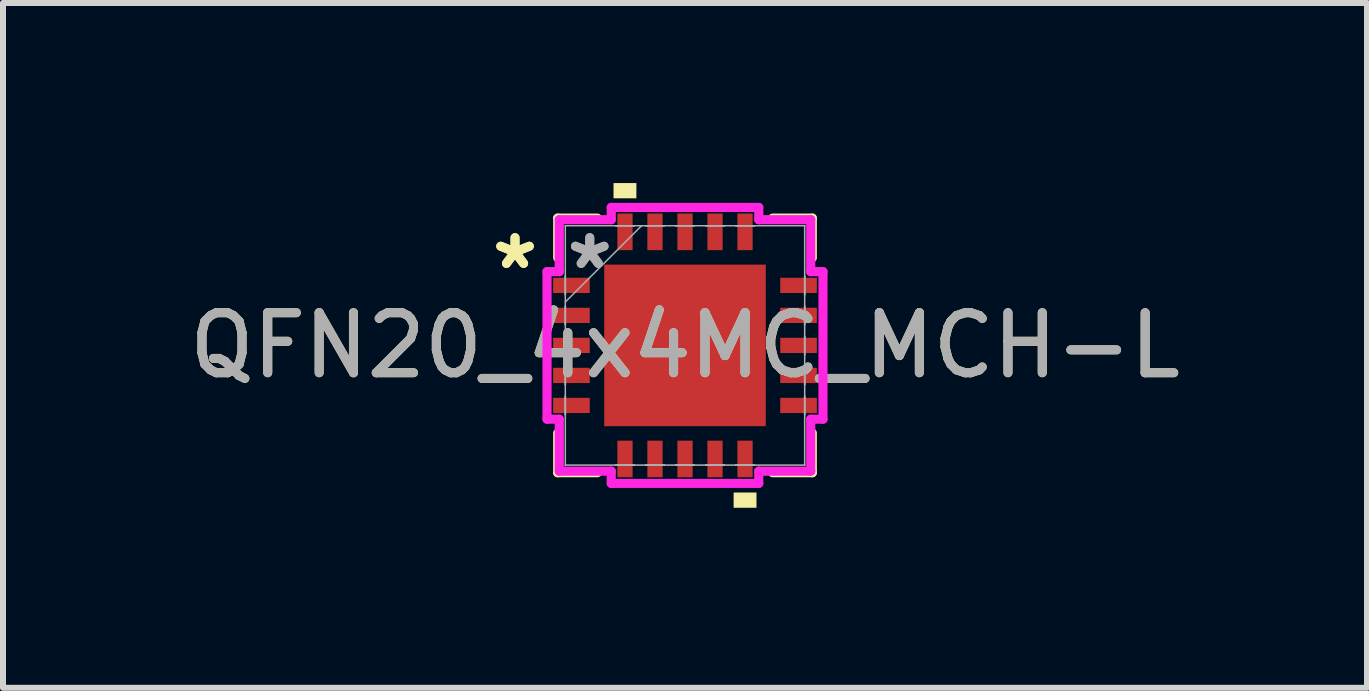
<source format=kicad_pcb>
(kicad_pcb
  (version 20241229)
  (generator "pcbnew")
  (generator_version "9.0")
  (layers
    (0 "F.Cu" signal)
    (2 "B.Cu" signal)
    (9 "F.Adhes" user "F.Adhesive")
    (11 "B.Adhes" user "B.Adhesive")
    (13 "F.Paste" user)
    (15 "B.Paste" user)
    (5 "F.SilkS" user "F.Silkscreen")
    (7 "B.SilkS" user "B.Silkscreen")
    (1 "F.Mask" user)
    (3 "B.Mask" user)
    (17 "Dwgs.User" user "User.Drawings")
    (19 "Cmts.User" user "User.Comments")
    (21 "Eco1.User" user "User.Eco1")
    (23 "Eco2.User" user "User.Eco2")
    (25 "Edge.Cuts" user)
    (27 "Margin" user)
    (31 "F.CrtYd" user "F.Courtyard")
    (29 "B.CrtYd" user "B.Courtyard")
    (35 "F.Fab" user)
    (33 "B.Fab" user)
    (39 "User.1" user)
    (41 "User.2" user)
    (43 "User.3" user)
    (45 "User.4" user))
  (footprint "QFN20_4x4MC_MCH-L"
    (layer "F.Cu")
    (at 8.363 2.705)
    (property "Reference" "QFN20_4x4MC_MCH-L" (at 0 0 0) (unlocked yes) (layer "F.SilkS") (effects (font (size 1 1) (thickness 0.15))))
    (attr smd)
    (fp_line (start -2.121 -2.121) (end -2.121 -1.46) (stroke (width 0.152) (type solid)) (layer "F.SilkS"))
    (fp_line (start -2.121 1.46) (end -2.121 2.121) (stroke (width 0.152) (type solid)) (layer "F.SilkS"))
    (fp_line (start -2.121 2.121) (end -1.46 2.121) (stroke (width 0.152) (type solid)) (layer "F.SilkS"))
    (fp_line (start -1.46 -2.121) (end -2.121 -2.121) (stroke (width 0.152) (type solid)) (layer "F.SilkS"))
    (fp_line (start 1.46 2.121) (end 2.121 2.121) (stroke (width 0.152) (type solid)) (layer "F.SilkS"))
    (fp_line (start 2.121 -2.121) (end 1.46 -2.121) (stroke (width 0.152) (type solid)) (layer "F.SilkS"))
    (fp_line (start 2.121 -1.46) (end 2.121 -2.121) (stroke (width 0.152) (type solid)) (layer "F.SilkS"))
    (fp_line (start 2.121 2.121) (end 2.121 1.46) (stroke (width 0.152) (type solid)) (layer "F.SilkS"))
    (fp_poly (pts (xy -1.191 -2.451) (xy -1.191 -2.705) (xy -0.81 -2.705) (xy -0.81 -2.451)) (stroke (width 0) (type solid)) (fill yes) (layer "F.SilkS"))
    (fp_poly (pts (xy 0.81 2.451) (xy 0.81 2.705) (xy 1.191 2.705) (xy 1.191 2.451)) (stroke (width 0) (type solid)) (fill yes) (layer "F.SilkS"))
    (fp_poly (pts (xy -1.246 -1.246) (xy -1.246 -0.1) (xy -0.1 -0.1) (xy -0.1 -1.246)) (stroke (width 0) (type solid)) (fill yes) (layer "F.Paste"))
    (fp_poly (pts (xy -1.246 0.1) (xy -1.246 1.246) (xy -0.1 1.246) (xy -0.1 0.1)) (stroke (width 0) (type solid)) (fill yes) (layer "F.Paste"))
    (fp_poly (pts (xy 0.1 -1.246) (xy 0.1 -0.1) (xy 1.246 -0.1) (xy 1.246 -1.246)) (stroke (width 0) (type solid)) (fill yes) (layer "F.Paste"))
    (fp_poly (pts (xy 0.1 0.1) (xy 0.1 1.246) (xy 1.246 1.246) (xy 1.246 0.1)) (stroke (width 0) (type solid)) (fill yes) (layer "F.Paste"))
    (fp_line (start -2.299 -1.229) (end -2.095 -1.229) (stroke (width 0.152) (type solid)) (layer "F.CrtYd"))
    (fp_line (start -2.299 1.229) (end -2.299 -1.229) (stroke (width 0.152) (type solid)) (layer "F.CrtYd"))
    (fp_line (start -2.095 -2.095) (end -1.229 -2.095) (stroke (width 0.152) (type solid)) (layer "F.CrtYd"))
    (fp_line (start -2.095 -1.229) (end -2.095 -2.095) (stroke (width 0.152) (type solid)) (layer "F.CrtYd"))
    (fp_line (start -2.095 1.229) (end -2.299 1.229) (stroke (width 0.152) (type solid)) (layer "F.CrtYd"))
    (fp_line (start -2.095 2.095) (end -2.095 1.229) (stroke (width 0.152) (type solid)) (layer "F.CrtYd"))
    (fp_line (start -1.229 -2.299) (end 1.229 -2.299) (stroke (width 0.152) (type solid)) (layer "F.CrtYd"))
    (fp_line (start -1.229 -2.095) (end -1.229 -2.299) (stroke (width 0.152) (type solid)) (layer "F.CrtYd"))
    (fp_line (start -1.229 2.095) (end -2.095 2.095) (stroke (width 0.152) (type solid)) (layer "F.CrtYd"))
    (fp_line (start -1.229 2.299) (end -1.229 2.095) (stroke (width 0.152) (type solid)) (layer "F.CrtYd"))
    (fp_line (start 1.229 -2.299) (end 1.229 -2.095) (stroke (width 0.152) (type solid)) (layer "F.CrtYd"))
    (fp_line (start 1.229 -2.095) (end 2.095 -2.095) (stroke (width 0.152) (type solid)) (layer "F.CrtYd"))
    (fp_line (start 1.229 2.095) (end 1.229 2.299) (stroke (width 0.152) (type solid)) (layer "F.CrtYd"))
    (fp_line (start 1.229 2.299) (end -1.229 2.299) (stroke (width 0.152) (type solid)) (layer "F.CrtYd"))
    (fp_line (start 2.095 -2.095) (end 2.095 -1.229) (stroke (width 0.152) (type solid)) (layer "F.CrtYd"))
    (fp_line (start 2.095 -1.229) (end 2.299 -1.229) (stroke (width 0.152) (type solid)) (layer "F.CrtYd"))
    (fp_line (start 2.095 1.229) (end 2.095 2.095) (stroke (width 0.152) (type solid)) (layer "F.CrtYd"))
    (fp_line (start 2.095 2.095) (end 1.229 2.095) (stroke (width 0.152) (type solid)) (layer "F.CrtYd"))
    (fp_line (start 2.299 -1.229) (end 2.299 1.229) (stroke (width 0.152) (type solid)) (layer "F.CrtYd"))
    (fp_line (start 2.299 1.229) (end 2.095 1.229) (stroke (width 0.152) (type solid)) (layer "F.CrtYd"))
    (fp_line (start -1.994 -1.994) (end -1.994 -1.994) (stroke (width 0.025) (type solid)) (layer "F.Fab"))
    (fp_line (start -1.994 -1.994) (end -1.994 1.994) (stroke (width 0.025) (type solid)) (layer "F.Fab"))
    (fp_line (start -1.994 -1.152) (end -1.994 -1.152) (stroke (width 0.025) (type solid)) (layer "F.Fab"))
    (fp_line (start -1.994 -1.152) (end -1.994 -0.848) (stroke (width 0.025) (type solid)) (layer "F.Fab"))
    (fp_line (start -1.994 -0.848) (end -1.994 -1.152) (stroke (width 0.025) (type solid)) (layer "F.Fab"))
    (fp_line (start -1.994 -0.848) (end -1.994 -0.848) (stroke (width 0.025) (type solid)) (layer "F.Fab"))
    (fp_line (start -1.994 -0.724) (end -0.724 -1.994) (stroke (width 0.025) (type solid)) (layer "F.Fab"))
    (fp_line (start -1.994 -0.652) (end -1.994 -0.652) (stroke (width 0.025) (type solid)) (layer "F.Fab"))
    (fp_line (start -1.994 -0.652) (end -1.994 -0.348) (stroke (width 0.025) (type solid)) (layer "F.Fab"))
    (fp_line (start -1.994 -0.348) (end -1.994 -0.652) (stroke (width 0.025) (type solid)) (layer "F.Fab"))
    (fp_line (start -1.994 -0.348) (end -1.994 -0.348) (stroke (width 0.025) (type solid)) (layer "F.Fab"))
    (fp_line (start -1.994 -0.152) (end -1.994 -0.152) (stroke (width 0.025) (type solid)) (layer "F.Fab"))
    (fp_line (start -1.994 -0.152) (end -1.994 0.152) (stroke (width 0.025) (type solid)) (layer "F.Fab"))
    (fp_line (start -1.994 0.152) (end -1.994 -0.152) (stroke (width 0.025) (type solid)) (layer "F.Fab"))
    (fp_line (start -1.994 0.152) (end -1.994 0.152) (stroke (width 0.025) (type solid)) (layer "F.Fab"))
    (fp_line (start -1.994 0.348) (end -1.994 0.348) (stroke (width 0.025) (type solid)) (layer "F.Fab"))
    (fp_line (start -1.994 0.348) (end -1.994 0.652) (stroke (width 0.025) (type solid)) (layer "F.Fab"))
    (fp_line (start -1.994 0.652) (end -1.994 0.348) (stroke (width 0.025) (type solid)) (layer "F.Fab"))
    (fp_line (start -1.994 0.652) (end -1.994 0.652) (stroke (width 0.025) (type solid)) (layer "F.Fab"))
    (fp_line (start -1.994 0.848) (end -1.994 0.848) (stroke (width 0.025) (type solid)) (layer "F.Fab"))
    (fp_line (start -1.994 0.848) (end -1.994 1.152) (stroke (width 0.025) (type solid)) (layer "F.Fab"))
    (fp_line (start -1.994 1.152) (end -1.994 0.848) (stroke (width 0.025) (type solid)) (layer "F.Fab"))
    (fp_line (start -1.994 1.152) (end -1.994 1.152) (stroke (width 0.025) (type solid)) (layer "F.Fab"))
    (fp_line (start -1.994 1.994) (end -1.994 1.994) (stroke (width 0.025) (type solid)) (layer "F.Fab"))
    (fp_line (start -1.994 1.994) (end 1.994 1.994) (stroke (width 0.025) (type solid)) (layer "F.Fab"))
    (fp_line (start -1.152 -1.994) (end -1.152 -1.994) (stroke (width 0.025) (type solid)) (layer "F.Fab"))
    (fp_line (start -1.152 -1.994) (end -0.848 -1.994) (stroke (width 0.025) (type solid)) (layer "F.Fab"))
    (fp_line (start -1.152 1.994) (end -1.152 1.994) (stroke (width 0.025) (type solid)) (layer "F.Fab"))
    (fp_line (start -1.152 1.994) (end -0.848 1.994) (stroke (width 0.025) (type solid)) (layer "F.Fab"))
    (fp_line (start -0.848 -1.994) (end -1.152 -1.994) (stroke (width 0.025) (type solid)) (layer "F.Fab"))
    (fp_line (start -0.848 -1.994) (end -0.848 -1.994) (stroke (width 0.025) (type solid)) (layer "F.Fab"))
    (fp_line (start -0.848 1.994) (end -1.152 1.994) (stroke (width 0.025) (type solid)) (layer "F.Fab"))
    (fp_line (start -0.848 1.994) (end -0.848 1.994) (stroke (width 0.025) (type solid)) (layer "F.Fab"))
    (fp_line (start -0.652 -1.994) (end -0.652 -1.994) (stroke (width 0.025) (type solid)) (layer "F.Fab"))
    (fp_line (start -0.652 -1.994) (end -0.348 -1.994) (stroke (width 0.025) (type solid)) (layer "F.Fab"))
    (fp_line (start -0.652 1.994) (end -0.652 1.994) (stroke (width 0.025) (type solid)) (layer "F.Fab"))
    (fp_line (start -0.652 1.994) (end -0.348 1.994) (stroke (width 0.025) (type solid)) (layer "F.Fab"))
    (fp_line (start -0.348 -1.994) (end -0.652 -1.994) (stroke (width 0.025) (type solid)) (layer "F.Fab"))
    (fp_line (start -0.348 -1.994) (end -0.348 -1.994) (stroke (width 0.025) (type solid)) (layer "F.Fab"))
    (fp_line (start -0.348 1.994) (end -0.652 1.994) (stroke (width 0.025) (type solid)) (layer "F.Fab"))
    (fp_line (start -0.348 1.994) (end -0.348 1.994) (stroke (width 0.025) (type solid)) (layer "F.Fab"))
    (fp_line (start -0.152 -1.994) (end -0.152 -1.994) (stroke (width 0.025) (type solid)) (layer "F.Fab"))
    (fp_line (start -0.152 -1.994) (end 0.152 -1.994) (stroke (width 0.025) (type solid)) (layer "F.Fab"))
    (fp_line (start -0.152 1.994) (end -0.152 1.994) (stroke (width 0.025) (type solid)) (layer "F.Fab"))
    (fp_line (start -0.152 1.994) (end 0.152 1.994) (stroke (width 0.025) (type solid)) (layer "F.Fab"))
    (fp_line (start 0.152 -1.994) (end -0.152 -1.994) (stroke (width 0.025) (type solid)) (layer "F.Fab"))
    (fp_line (start 0.152 -1.994) (end 0.152 -1.994) (stroke (width 0.025) (type solid)) (layer "F.Fab"))
    (fp_line (start 0.152 1.994) (end -0.152 1.994) (stroke (width 0.025) (type solid)) (layer "F.Fab"))
    (fp_line (start 0.152 1.994) (end 0.152 1.994) (stroke (width 0.025) (type solid)) (layer "F.Fab"))
    (fp_line (start 0.348 -1.994) (end 0.348 -1.994) (stroke (width 0.025) (type solid)) (layer "F.Fab"))
    (fp_line (start 0.348 -1.994) (end 0.652 -1.994) (stroke (width 0.025) (type solid)) (layer "F.Fab"))
    (fp_line (start 0.348 1.994) (end 0.348 1.994) (stroke (width 0.025) (type solid)) (layer "F.Fab"))
    (fp_line (start 0.348 1.994) (end 0.652 1.994) (stroke (width 0.025) (type solid)) (layer "F.Fab"))
    (fp_line (start 0.652 -1.994) (end 0.348 -1.994) (stroke (width 0.025) (type solid)) (layer "F.Fab"))
    (fp_line (start 0.652 -1.994) (end 0.652 -1.994) (stroke (width 0.025) (type solid)) (layer "F.Fab"))
    (fp_line (start 0.652 1.994) (end 0.348 1.994) (stroke (width 0.025) (type solid)) (layer "F.Fab"))
    (fp_line (start 0.652 1.994) (end 0.652 1.994) (stroke (width 0.025) (type solid)) (layer "F.Fab"))
    (fp_line (start 0.848 -1.994) (end 0.848 -1.994) (stroke (width 0.025) (type solid)) (layer "F.Fab"))
    (fp_line (start 0.848 -1.994) (end 1.152 -1.994) (stroke (width 0.025) (type solid)) (layer "F.Fab"))
    (fp_line (start 0.848 1.994) (end 0.848 1.994) (stroke (width 0.025) (type solid)) (layer "F.Fab"))
    (fp_line (start 0.848 1.994) (end 1.152 1.994) (stroke (width 0.025) (type solid)) (layer "F.Fab"))
    (fp_line (start 1.152 -1.994) (end 0.848 -1.994) (stroke (width 0.025) (type solid)) (layer "F.Fab"))
    (fp_line (start 1.152 -1.994) (end 1.152 -1.994) (stroke (width 0.025) (type solid)) (layer "F.Fab"))
    (fp_line (start 1.152 1.994) (end 0.848 1.994) (stroke (width 0.025) (type solid)) (layer "F.Fab"))
    (fp_line (start 1.152 1.994) (end 1.152 1.994) (stroke (width 0.025) (type solid)) (layer "F.Fab"))
    (fp_line (start 1.994 -1.994) (end -1.994 -1.994) (stroke (width 0.025) (type solid)) (layer "F.Fab"))
    (fp_line (start 1.994 -1.994) (end 1.994 -1.994) (stroke (width 0.025) (type solid)) (layer "F.Fab"))
    (fp_line (start 1.994 -1.152) (end 1.994 -1.152) (stroke (width 0.025) (type solid)) (layer "F.Fab"))
    (fp_line (start 1.994 -1.152) (end 1.994 -0.848) (stroke (width 0.025) (type solid)) (layer "F.Fab"))
    (fp_line (start 1.994 -0.848) (end 1.994 -1.152) (stroke (width 0.025) (type solid)) (layer "F.Fab"))
    (fp_line (start 1.994 -0.848) (end 1.994 -0.848) (stroke (width 0.025) (type solid)) (layer "F.Fab"))
    (fp_line (start 1.994 -0.652) (end 1.994 -0.652) (stroke (width 0.025) (type solid)) (layer "F.Fab"))
    (fp_line (start 1.994 -0.652) (end 1.994 -0.348) (stroke (width 0.025) (type solid)) (layer "F.Fab"))
    (fp_line (start 1.994 -0.348) (end 1.994 -0.652) (stroke (width 0.025) (type solid)) (layer "F.Fab"))
    (fp_line (start 1.994 -0.348) (end 1.994 -0.348) (stroke (width 0.025) (type solid)) (layer "F.Fab"))
    (fp_line (start 1.994 -0.152) (end 1.994 -0.152) (stroke (width 0.025) (type solid)) (layer "F.Fab"))
    (fp_line (start 1.994 -0.152) (end 1.994 0.152) (stroke (width 0.025) (type solid)) (layer "F.Fab"))
    (fp_line (start 1.994 0.152) (end 1.994 -0.152) (stroke (width 0.025) (type solid)) (layer "F.Fab"))
    (fp_line (start 1.994 0.152) (end 1.994 0.152) (stroke (width 0.025) (type solid)) (layer "F.Fab"))
    (fp_line (start 1.994 0.348) (end 1.994 0.348) (stroke (width 0.025) (type solid)) (layer "F.Fab"))
    (fp_line (start 1.994 0.348) (end 1.994 0.652) (stroke (width 0.025) (type solid)) (layer "F.Fab"))
    (fp_line (start 1.994 0.652) (end 1.994 0.348) (stroke (width 0.025) (type solid)) (layer "F.Fab"))
    (fp_line (start 1.994 0.652) (end 1.994 0.652) (stroke (width 0.025) (type solid)) (layer "F.Fab"))
    (fp_line (start 1.994 0.848) (end 1.994 0.848) (stroke (width 0.025) (type solid)) (layer "F.Fab"))
    (fp_line (start 1.994 0.848) (end 1.994 1.152) (stroke (width 0.025) (type solid)) (layer "F.Fab"))
    (fp_line (start 1.994 1.152) (end 1.994 0.848) (stroke (width 0.025) (type solid)) (layer "F.Fab"))
    (fp_line (start 1.994 1.152) (end 1.994 1.152) (stroke (width 0.025) (type solid)) (layer "F.Fab"))
    (fp_line (start 1.994 1.994) (end 1.994 -1.994) (stroke (width 0.025) (type solid)) (layer "F.Fab"))
    (fp_line (start 1.994 1.994) (end 1.994 1.994) (stroke (width 0.025) (type solid)) (layer "F.Fab"))
    (fp_text user "*" (at -2.832 -1.25 0) (layer "F.SilkS") (effects (font (size 1 1) (thickness 0.15))))
    (fp_text user "*" (at -2.832 -1.25 0) (unlocked yes) (layer "F.SilkS") (effects (font (size 1 1) (thickness 0.15))))
    (fp_text user "*" (at -1.587 -1.25 0) (unlocked yes) (layer "F.Fab") (effects (font (size 1 1) (thickness 0.15))))
    (fp_text user "${REFERENCE}" (at 0 0 0) (unlocked yes) (layer "F.Fab") (effects (font (size 1 1) (thickness 0.15))))
    (fp_text user "*" (at -1.587 -1.25 0) (layer "F.Fab") (effects (font (size 1 1) (thickness 0.15))))
    (pad "1" smd rect (at -1.892 -1 90) (size 0.254 0.61) (layers "F.Cu" "F.Mask" "F.Paste"))
    (pad "2" smd rect (at -1.892 -0.5 90) (size 0.254 0.61) (layers "F.Cu" "F.Mask" "F.Paste"))
    (pad "3" smd rect (at -1.892 0 90) (size 0.254 0.61) (layers "F.Cu" "F.Mask" "F.Paste"))
    (pad "4" smd rect (at -1.892 0.5 90) (size 0.254 0.61) (layers "F.Cu" "F.Mask" "F.Paste"))
    (pad "5" smd rect (at -1.892 1 90) (size 0.254 0.61) (layers "F.Cu" "F.Mask" "F.Paste"))
    (pad "6" smd rect (at -1 1.892) (size 0.254 0.61) (layers "F.Cu" "F.Mask" "F.Paste"))
    (pad "7" smd rect (at -0.5 1.892) (size 0.254 0.61) (layers "F.Cu" "F.Mask" "F.Paste"))
    (pad "8" smd rect (at 0 1.892) (size 0.254 0.61) (layers "F.Cu" "F.Mask" "F.Paste"))
    (pad "9" smd rect (at 0.5 1.892) (size 0.254 0.61) (layers "F.Cu" "F.Mask" "F.Paste"))
    (pad "10" smd rect (at 1 1.892) (size 0.254 0.61) (layers "F.Cu" "F.Mask" "F.Paste"))
    (pad "11" smd rect (at 1.892 1 90) (size 0.254 0.61) (layers "F.Cu" "F.Mask" "F.Paste"))
    (pad "12" smd rect (at 1.892 0.5 90) (size 0.254 0.61) (layers "F.Cu" "F.Mask" "F.Paste"))
    (pad "13" smd rect (at 1.892 0 90) (size 0.254 0.61) (layers "F.Cu" "F.Mask" "F.Paste"))
    (pad "14" smd rect (at 1.892 -0.5 90) (size 0.254 0.61) (layers "F.Cu" "F.Mask" "F.Paste"))
    (pad "15" smd rect (at 1.892 -1 90) (size 0.254 0.61) (layers "F.Cu" "F.Mask" "F.Paste"))
    (pad "16" smd rect (at 1 -1.892) (size 0.254 0.61) (layers "F.Cu" "F.Mask" "F.Paste"))
    (pad "17" smd rect (at 0.5 -1.892) (size 0.254 0.61) (layers "F.Cu" "F.Mask" "F.Paste"))
    (pad "18" smd rect (at 0 -1.892) (size 0.254 0.61) (layers "F.Cu" "F.Mask" "F.Paste"))
    (pad "19" smd rect (at -0.5 -1.892) (size 0.254 0.61) (layers "F.Cu" "F.Mask" "F.Paste"))
    (pad "20" smd rect (at -1 -1.892) (size 0.254 0.61) (layers "F.Cu" "F.Mask" "F.Paste"))
    (pad "21" smd rect (at 0 0) (size 2.692 2.692) (layers "F.Cu" "F.Mask" "F.Paste")))
  (gr_rect
    (start -3 -3)
    (end 19.726 8.41)
    (stroke (width 0.1) (type default))
    (fill no)
    (layer "Edge.Cuts")))
</source>
